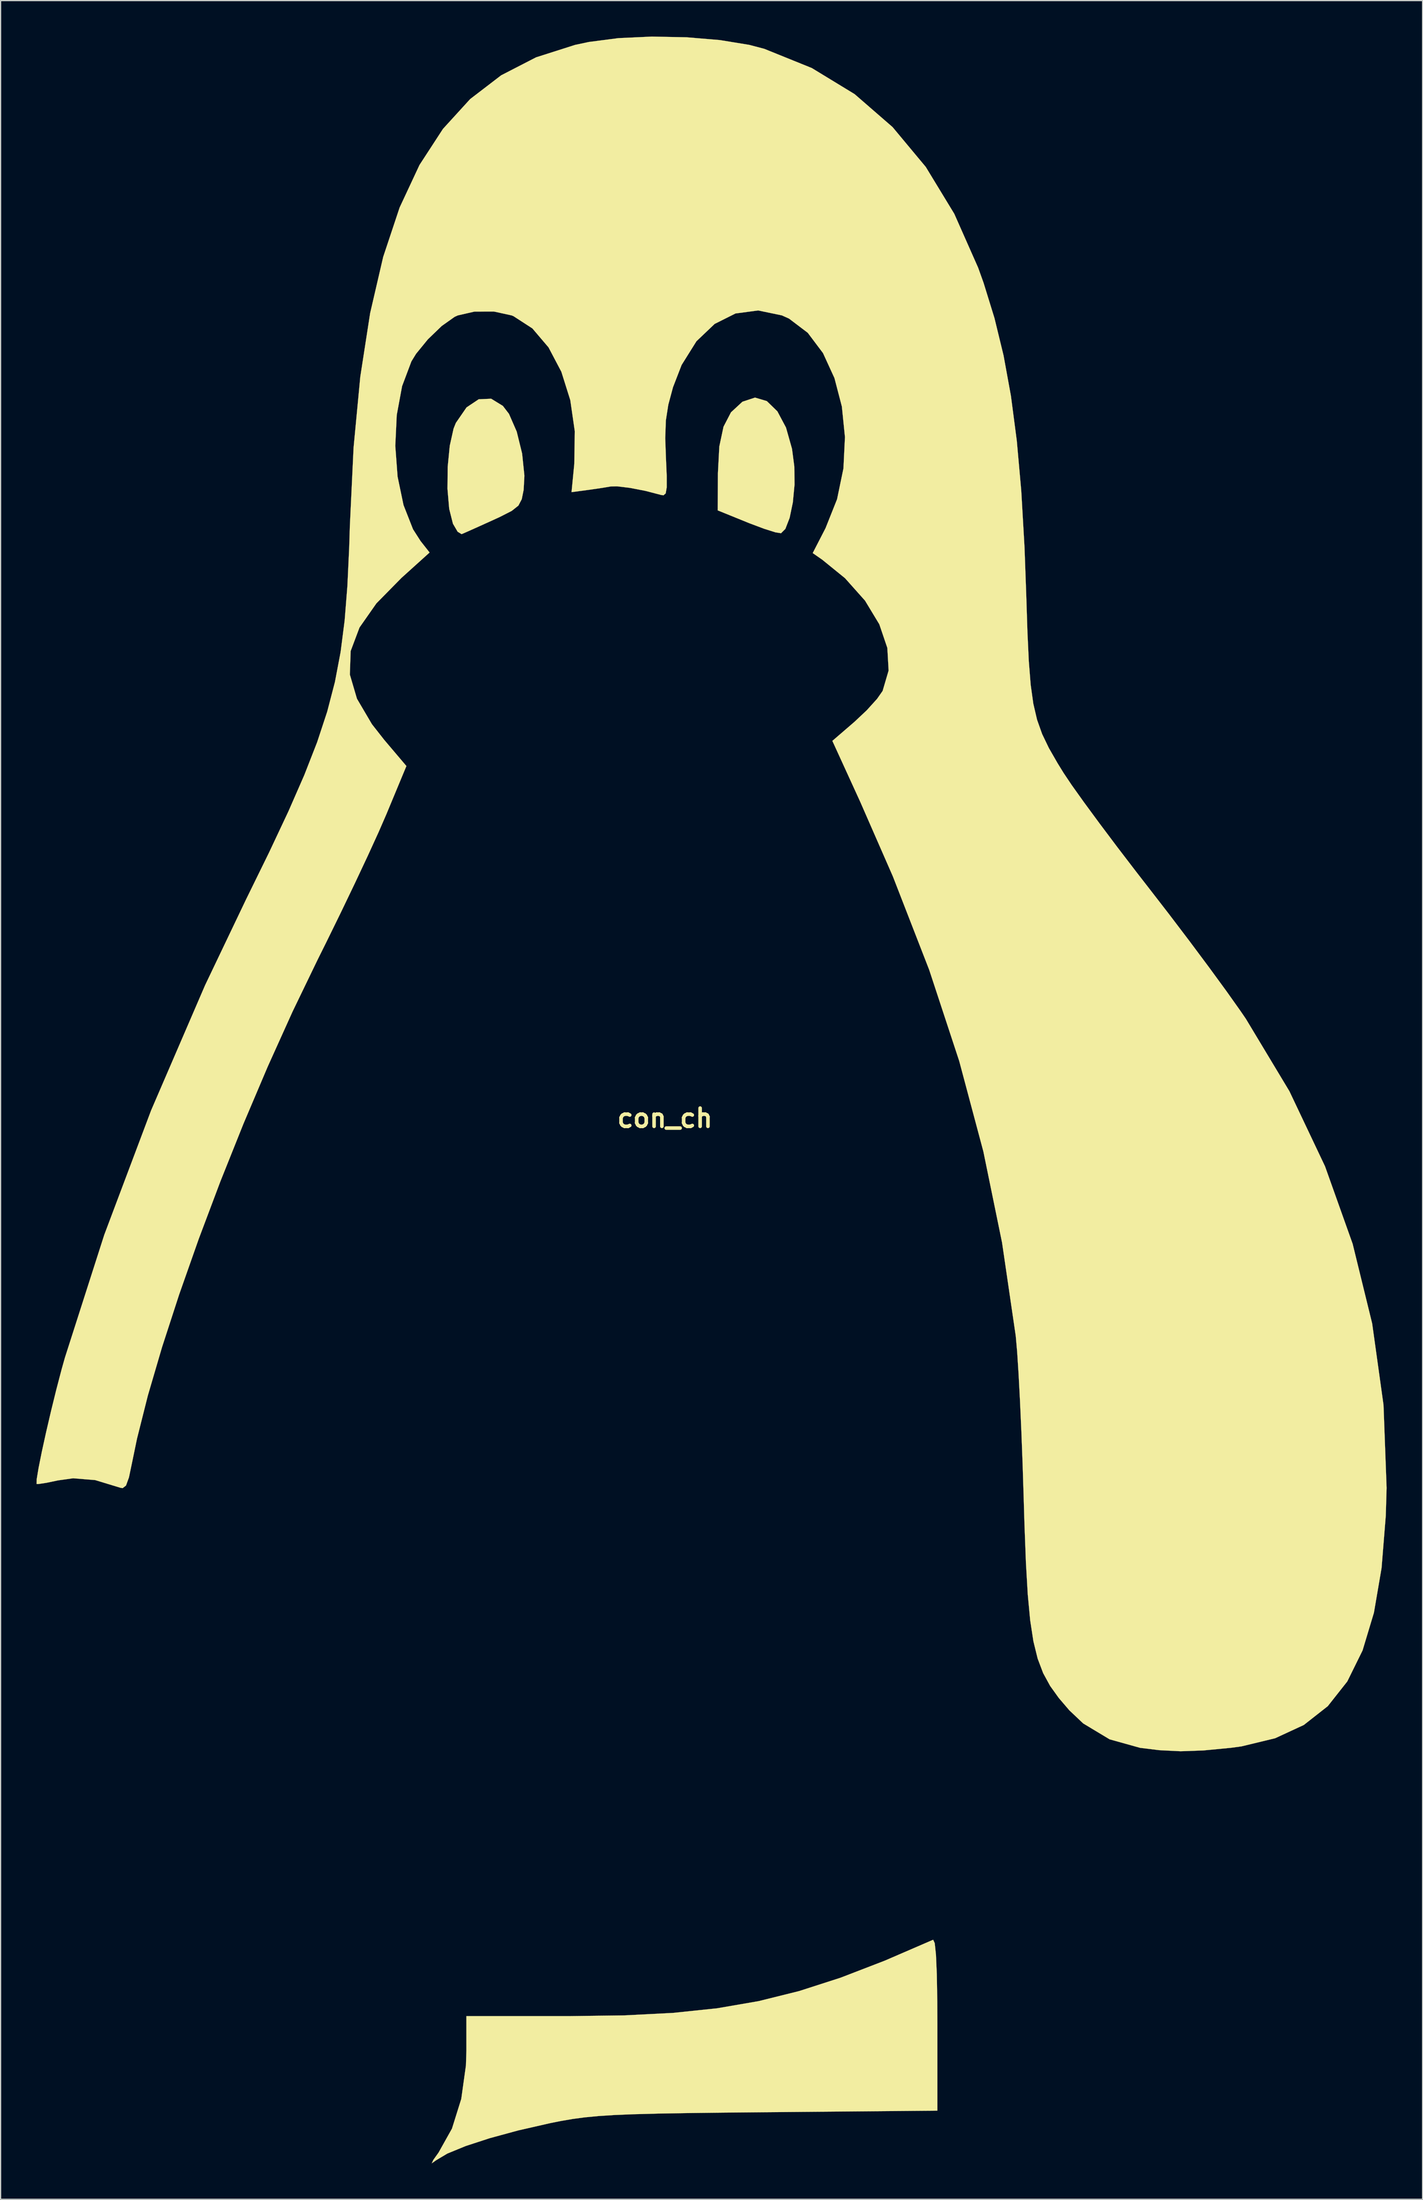
<source format=kicad_pcb>
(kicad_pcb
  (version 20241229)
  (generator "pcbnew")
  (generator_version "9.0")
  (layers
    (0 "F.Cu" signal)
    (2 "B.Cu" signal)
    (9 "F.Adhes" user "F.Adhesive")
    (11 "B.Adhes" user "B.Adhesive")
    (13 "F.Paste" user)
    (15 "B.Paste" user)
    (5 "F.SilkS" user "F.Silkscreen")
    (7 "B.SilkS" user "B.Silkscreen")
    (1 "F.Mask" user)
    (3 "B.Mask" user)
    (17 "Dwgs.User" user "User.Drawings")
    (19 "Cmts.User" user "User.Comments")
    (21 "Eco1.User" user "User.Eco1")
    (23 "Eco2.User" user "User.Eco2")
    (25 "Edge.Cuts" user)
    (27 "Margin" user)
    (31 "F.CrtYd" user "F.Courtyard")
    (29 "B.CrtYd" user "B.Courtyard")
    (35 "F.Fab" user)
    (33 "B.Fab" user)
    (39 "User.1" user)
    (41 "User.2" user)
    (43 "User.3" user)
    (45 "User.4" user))
  (footprint "con_ch"
    (layer "F.Cu")
    (at 52.484 90.282)
    (property "Reference" "con_ch" (at 0 0 0) (layer "F.SilkS") (effects (font (size 1.524 1.524) (thickness 0.3))))
    (attr through_hole)
    (fp_poly (pts (xy 8.51 -59.851) (xy 9.392 -58.993) (xy 10.112 -57.641) (xy 10.614 -55.864) (xy 10.807 -54.385) (xy 10.825 -52.88) (xy 10.683 -51.393) (xy 10.415 -50.102) (xy 10.058 -49.181) (xy 9.694 -48.818) (xy 9.22 -48.897) (xy 8.286 -49.192) (xy 7.08 -49.644) (xy 6.879 -49.725) (xy 4.41 -50.727) (xy 4.426 -53.851) (xy 4.542 -56.063) (xy 4.893 -57.713) (xy 5.516 -58.913) (xy 6.453 -59.78) (xy 6.486 -59.802) (xy 7.523 -60.144) (xy 8.51 -59.851)) (stroke (width 0.01) (type solid)) (fill yes) (layer "F.SilkS"))
    (fp_poly (pts (xy -13.535 -59.449) (xy -13.025 -58.784) (xy -12.379 -57.306) (xy -11.927 -55.472) (xy -11.736 -53.621) (xy -11.801 -52.434) (xy -11.958 -51.66) (xy -12.238 -51.127) (xy -12.795 -50.685) (xy -13.783 -50.182) (xy -14.357 -49.918) (xy -15.54 -49.383) (xy -16.473 -48.965) (xy -16.968 -48.749) (xy -16.984 -48.743) (xy -17.312 -48.945) (xy -17.693 -49.594) (xy -17.707 -49.625) (xy -18.018 -50.858) (xy -18.161 -52.52) (xy -18.143 -54.358) (xy -17.971 -56.12) (xy -17.652 -57.556) (xy -17.462 -58.029) (xy -16.57 -59.323) (xy -15.556 -60.002) (xy -14.513 -60.049) (xy -13.535 -59.449)) (stroke (width 0.01) (type solid)) (fill yes) (layer "F.SilkS"))
    (fp_poly (pts (xy 22.533 68.872) (xy 22.636 69.838) (xy 22.707 71.465) (xy 22.746 73.73) (xy 22.754 75.642) (xy 22.754 82.854) (xy 8.467 82.985) (xy 4.85 83.021) (xy 1.856 83.058) (xy -0.598 83.101) (xy -2.597 83.153) (xy -4.223 83.22) (xy -5.559 83.306) (xy -6.688 83.414) (xy -7.694 83.548) (xy -8.66 83.714) (xy -9.622 83.906) (xy -12.253 84.506) (xy -14.63 85.153) (xy -16.641 85.809) (xy -18.178 86.439) (xy -19.129 87.007) (xy -19.15 87.025) (xy -19.472 87.25) (xy -19.345 86.969) (xy -18.905 86.353) (xy -17.786 84.354) (xy -17.01 81.874) (xy -16.619 79.074) (xy -16.581 77.844) (xy -16.581 74.965) (xy -8.026 74.965) (xy -3.406 74.903) (xy 0.671 74.696) (xy 4.362 74.31) (xy 7.821 73.714) (xy 11.203 72.874) (xy 14.663 71.76) (xy 18.355 70.337) (xy 22.401 68.589) (xy 22.533 68.872)) (stroke (width 0.01) (type solid)) (fill yes) (layer "F.SilkS"))
    (fp_poly (pts (xy 1.8 -90.22) (xy 4.583 -89.987) (xy 7.032 -89.588) (xy 8.29 -89.259) (xy 12.267 -87.652) (xy 15.84 -85.476) (xy 19.011 -82.725) (xy 21.785 -79.397) (xy 24.166 -75.485) (xy 26.158 -70.988) (xy 26.614 -69.717) (xy 27.523 -66.776) (xy 28.281 -63.66) (xy 28.898 -60.279) (xy 29.387 -56.542) (xy 29.761 -52.356) (xy 30.033 -47.631) (xy 30.18 -43.568) (xy 30.277 -40.548) (xy 30.391 -38.12) (xy 30.547 -36.17) (xy 30.768 -34.586) (xy 31.079 -33.253) (xy 31.503 -32.06) (xy 32.065 -30.891) (xy 32.788 -29.633) (xy 33.3 -28.803) (xy 33.967 -27.808) (xy 34.991 -26.373) (xy 36.288 -24.61) (xy 37.774 -22.632) (xy 39.367 -20.552) (xy 40.397 -19.226) (xy 42.095 -17.032) (xy 43.814 -14.769) (xy 45.45 -12.575) (xy 46.903 -10.587) (xy 48.069 -8.943) (xy 48.518 -8.287) (xy 52.155 -2.243) (xy 55.13 4.027) (xy 57.437 10.499) (xy 59.067 17.147) (xy 60.015 23.945) (xy 60.273 30.87) (xy 60.204 33.196) (xy 59.853 37.554) (xy 59.214 41.291) (xy 58.266 44.438) (xy 56.989 47.027) (xy 55.359 49.091) (xy 53.358 50.661) (xy 50.962 51.769) (xy 48.15 52.448) (xy 47.271 52.567) (xy 44.965 52.788) (xy 43.066 52.855) (xy 41.297 52.766) (xy 39.68 52.568) (xy 37.137 51.858) (xy 34.933 50.532) (xy 33.774 49.436) (xy 32.893 48.406) (xy 32.171 47.4) (xy 31.589 46.334) (xy 31.13 45.122) (xy 30.775 43.679) (xy 30.505 41.92) (xy 30.303 39.76) (xy 30.15 37.114) (xy 30.028 33.896) (xy 29.964 31.75) (xy 29.875 28.922) (xy 29.77 26.157) (xy 29.654 23.581) (xy 29.534 21.321) (xy 29.416 19.503) (xy 29.306 18.252) (xy 29.297 18.168) (xy 28.156 10.391) (xy 26.595 2.788) (xy 24.579 -4.76) (xy 22.072 -12.372) (xy 19.041 -20.166) (xy 16.305 -26.415) (xy 13.984 -31.487) (xy 15.825 -33.073) (xy 16.855 -34.041) (xy 17.717 -34.994) (xy 18.181 -35.656) (xy 18.682 -37.36) (xy 18.575 -39.247) (xy 17.904 -41.222) (xy 16.712 -43.193) (xy 15.04 -45.068) (xy 13.139 -46.611) (xy 12.343 -47.165) (xy 13.415 -49.247) (xy 14.377 -51.661) (xy 14.909 -54.23) (xy 15.036 -56.845) (xy 14.778 -59.395) (xy 14.159 -61.77) (xy 13.202 -63.859) (xy 11.929 -65.551) (xy 10.364 -66.737) (xy 9.767 -67.005) (xy 7.787 -67.416) (xy 5.894 -67.165) (xy 4.155 -66.295) (xy 2.633 -64.847) (xy 1.394 -62.867) (xy 0.674 -61.007) (xy 0.283 -59.551) (xy 0.077 -58.232) (xy 0.026 -56.758) (xy 0.082 -55.163) (xy 0.15 -53.614) (xy 0.15 -52.648) (xy 0.064 -52.146) (xy -0.121 -51.986) (xy -0.313 -52.013) (xy -1.614 -52.352) (xy -2.929 -52.607) (xy -4.005 -52.737) (xy -4.507 -52.727) (xy -5.254 -52.602) (xy -6.294 -52.451) (xy -6.458 -52.428) (xy -7.8 -52.249) (xy -7.57 -54.611) (xy -7.528 -57.328) (xy -7.904 -59.928) (xy -8.651 -62.301) (xy -9.722 -64.334) (xy -11.071 -65.918) (xy -12.65 -66.941) (xy -12.811 -67.005) (xy -14.285 -67.327) (xy -15.899 -67.323) (xy -17.304 -67.002) (xy -17.568 -66.881) (xy -18.641 -66.121) (xy -19.799 -65.005) (xy -20.785 -63.798) (xy -21.175 -63.163) (xy -21.952 -61.097) (xy -22.398 -58.689) (xy -22.52 -56.114) (xy -22.329 -53.549) (xy -21.833 -51.17) (xy -21.04 -49.153) (xy -20.412 -48.172) (xy -19.656 -47.211) (xy -22.002 -45.094) (xy -24.096 -42.968) (xy -25.509 -40.95) (xy -26.247 -38.987) (xy -26.315 -37.023) (xy -25.721 -35.004) (xy -24.469 -32.876) (xy -23.446 -31.573) (xy -21.592 -29.387) (xy -23.264 -25.365) (xy -23.908 -23.885) (xy -24.804 -21.923) (xy -25.882 -19.629) (xy -27.073 -17.148) (xy -28.307 -14.629) (xy -29.004 -13.229) (xy -31.097 -8.896) (xy -33.174 -4.297) (xy -35.198 0.467) (xy -37.13 5.293) (xy -38.932 10.078) (xy -40.568 14.72) (xy -41.998 19.116) (xy -43.186 23.164) (xy -44.092 26.761) (xy -44.498 28.726) (xy -44.763 29.991) (xy -45.01 30.673) (xy -45.291 30.892) (xy -45.484 30.858) (xy -47.589 30.218) (xy -49.424 30.068) (xy -50.684 30.244) (xy -51.68 30.451) (xy -52.339 30.549) (xy -52.479 30.542) (xy -52.469 30.149) (xy -52.313 29.207) (xy -52.041 27.852) (xy -51.682 26.217) (xy -51.267 24.438) (xy -50.826 22.648) (xy -50.39 20.984) (xy -50.111 19.992) (xy -46.827 9.749) (xy -42.914 -0.641) (xy -38.406 -11.089) (xy -34.988 -18.243) (xy -33.057 -22.18) (xy -31.443 -25.61) (xy -30.117 -28.64) (xy -29.047 -31.377) (xy -28.206 -33.928) (xy -27.562 -36.401) (xy -27.087 -38.903) (xy -26.749 -41.54) (xy -26.52 -44.42) (xy -26.369 -47.65) (xy -26.315 -49.389) (xy -26.004 -55.96) (xy -25.442 -61.887) (xy -24.62 -67.191) (xy -23.529 -71.892) (xy -22.158 -76.009) (xy -20.497 -79.563) (xy -18.537 -82.574) (xy -16.268 -85.061) (xy -13.679 -87.045) (xy -10.762 -88.546) (xy -7.505 -89.584) (xy -6.35 -89.829) (xy -3.886 -90.149) (xy -1.096 -90.277) (xy 1.8 -90.22)) (stroke (width 0.01) (type solid)) (fill yes) (layer "F.SilkS")))
  (gr_rect
    (start -3 -3)
    (end 115.761 180.537)
    (stroke (width 0.1) (type default))
    (fill no)
    (layer "Edge.Cuts")))
</source>
